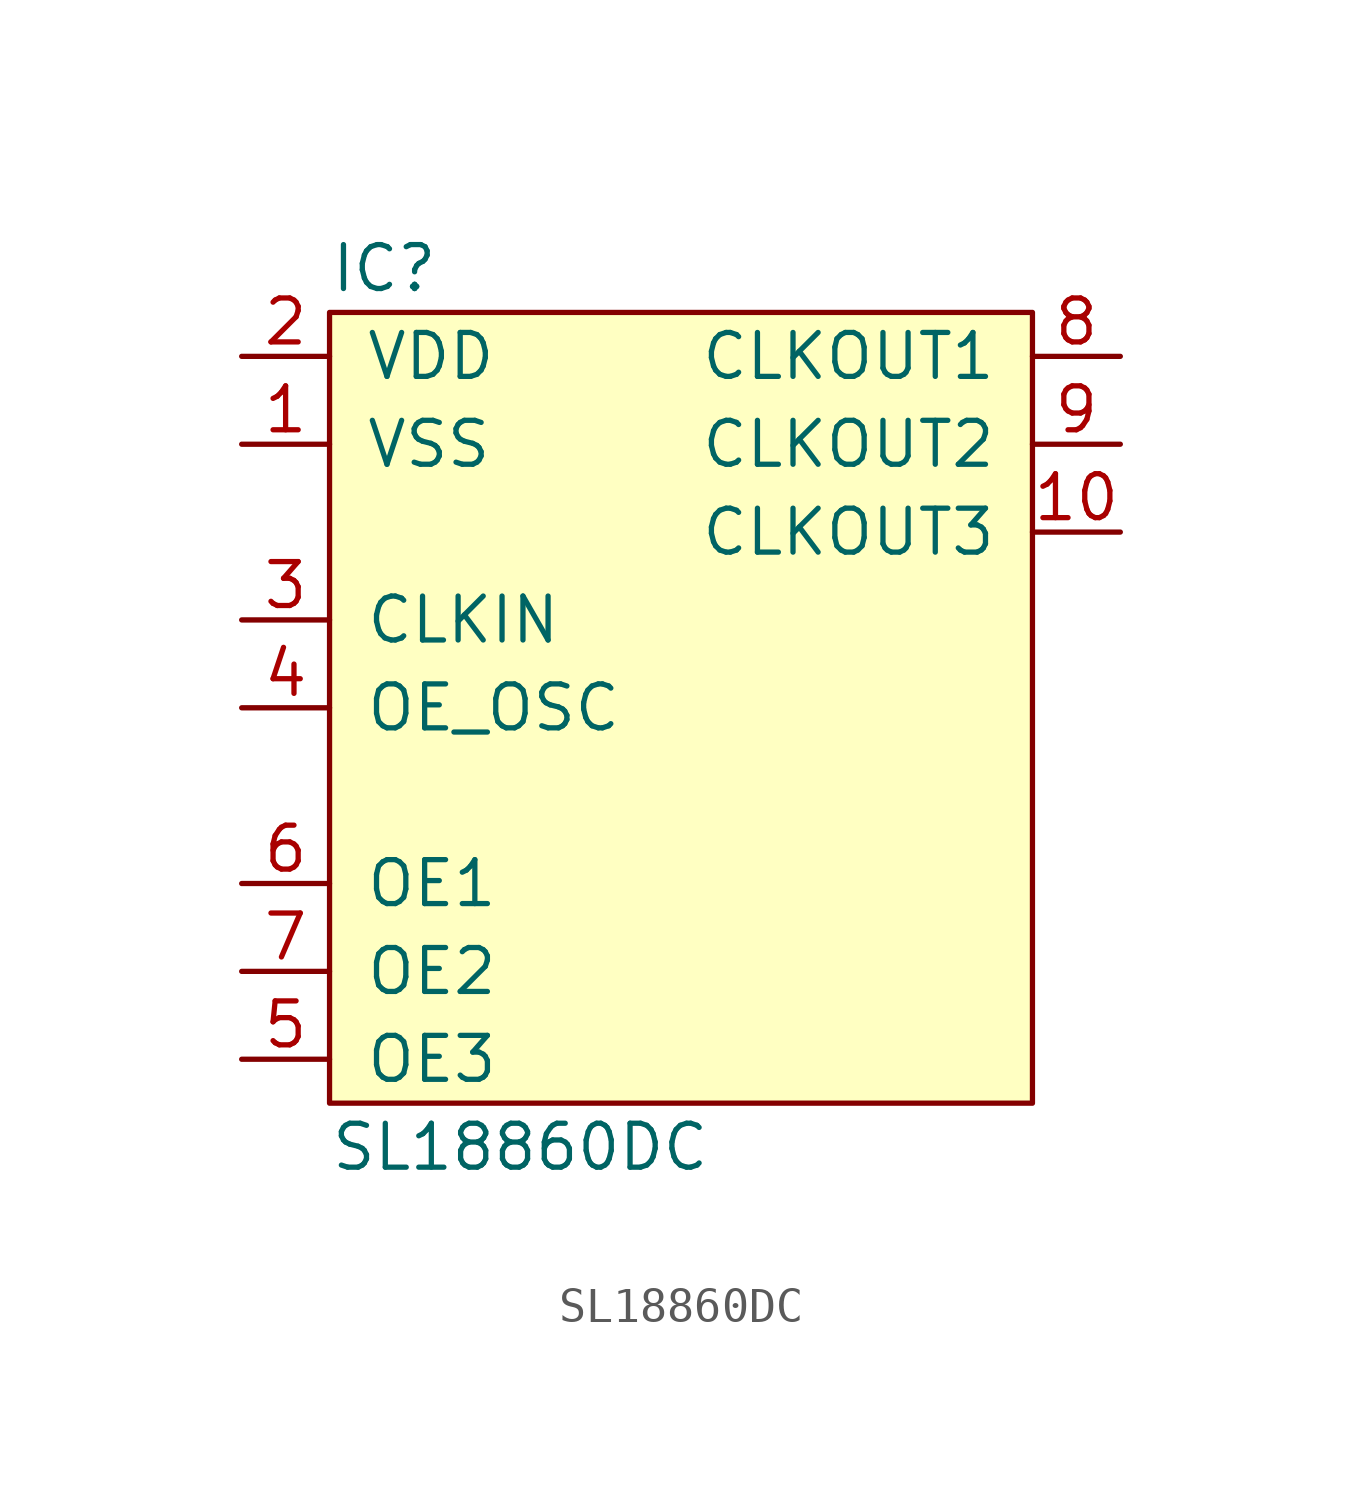
<source format=kicad_sym>
(kicad_symbol_lib
  (version 20211014)
  (generator agg_kicad.build_lib_ic)
  (symbol "SL18860DC"
    (pin_names
      (offset 1.016))
    (property Reference IC
      (at -10.16 12.7 0)
      (effects (font (size 1.27 1.27)) (justify left)))
    (property Value "SL18860DC"
      (at -10.16 -12.7 0)
      (effects (font (size 1.27 1.27)) (justify left)))
    (symbol "SL18860DC_0_0"
      (rectangle (start -10.16 11.43) (end 10.16 -11.43) (stroke (width 0) (type default) (color 0 0 0 0)) (fill (type background)))
      (pin power_in line (at -12.7 10.16 0) (length 2.54) (name VDD (effects (font (size 1.27 1.27)))) (number "2" (effects (font (size 1.27 1.27)))))
      (pin power_in line (at -12.7 7.62 0) (length 2.54) (name VSS (effects (font (size 1.27 1.27)))) (number "1" (effects (font (size 1.27 1.27)))))
      (pin input line (at -12.7 2.54 0) (length 2.54) (name CLKIN (effects (font (size 1.27 1.27)))) (number "3" (effects (font (size 1.27 1.27)))))
      (pin output line (at -12.7 0 0) (length 2.54) (name OE_OSC (effects (font (size 1.27 1.27)))) (number "4" (effects (font (size 1.27 1.27)))))
      (pin input line (at -12.7 -5.08 0) (length 2.54) (name "OE1" (effects (font (size 1.27 1.27)))) (number "6" (effects (font (size 1.27 1.27)))))
      (pin input line (at -12.7 -7.62 0) (length 2.54) (name "OE2" (effects (font (size 1.27 1.27)))) (number "7" (effects (font (size 1.27 1.27)))))
      (pin input line (at -12.7 -10.16 0) (length 2.54) (name "OE3" (effects (font (size 1.27 1.27)))) (number "5" (effects (font (size 1.27 1.27)))))
      (pin output line (at 12.7 10.16 180) (length 2.54) (name "CLKOUT1" (effects (font (size 1.27 1.27)))) (number "8" (effects (font (size 1.27 1.27)))))
      (pin output line (at 12.7 7.62 180) (length 2.54) (name "CLKOUT2" (effects (font (size 1.27 1.27)))) (number "9" (effects (font (size 1.27 1.27)))))
      (pin output line (at 12.7 5.08 180) (length 2.54) (name "CLKOUT3" (effects (font (size 1.27 1.27)))) (number "10" (effects (font (size 1.27 1.27))))))))
</source>
